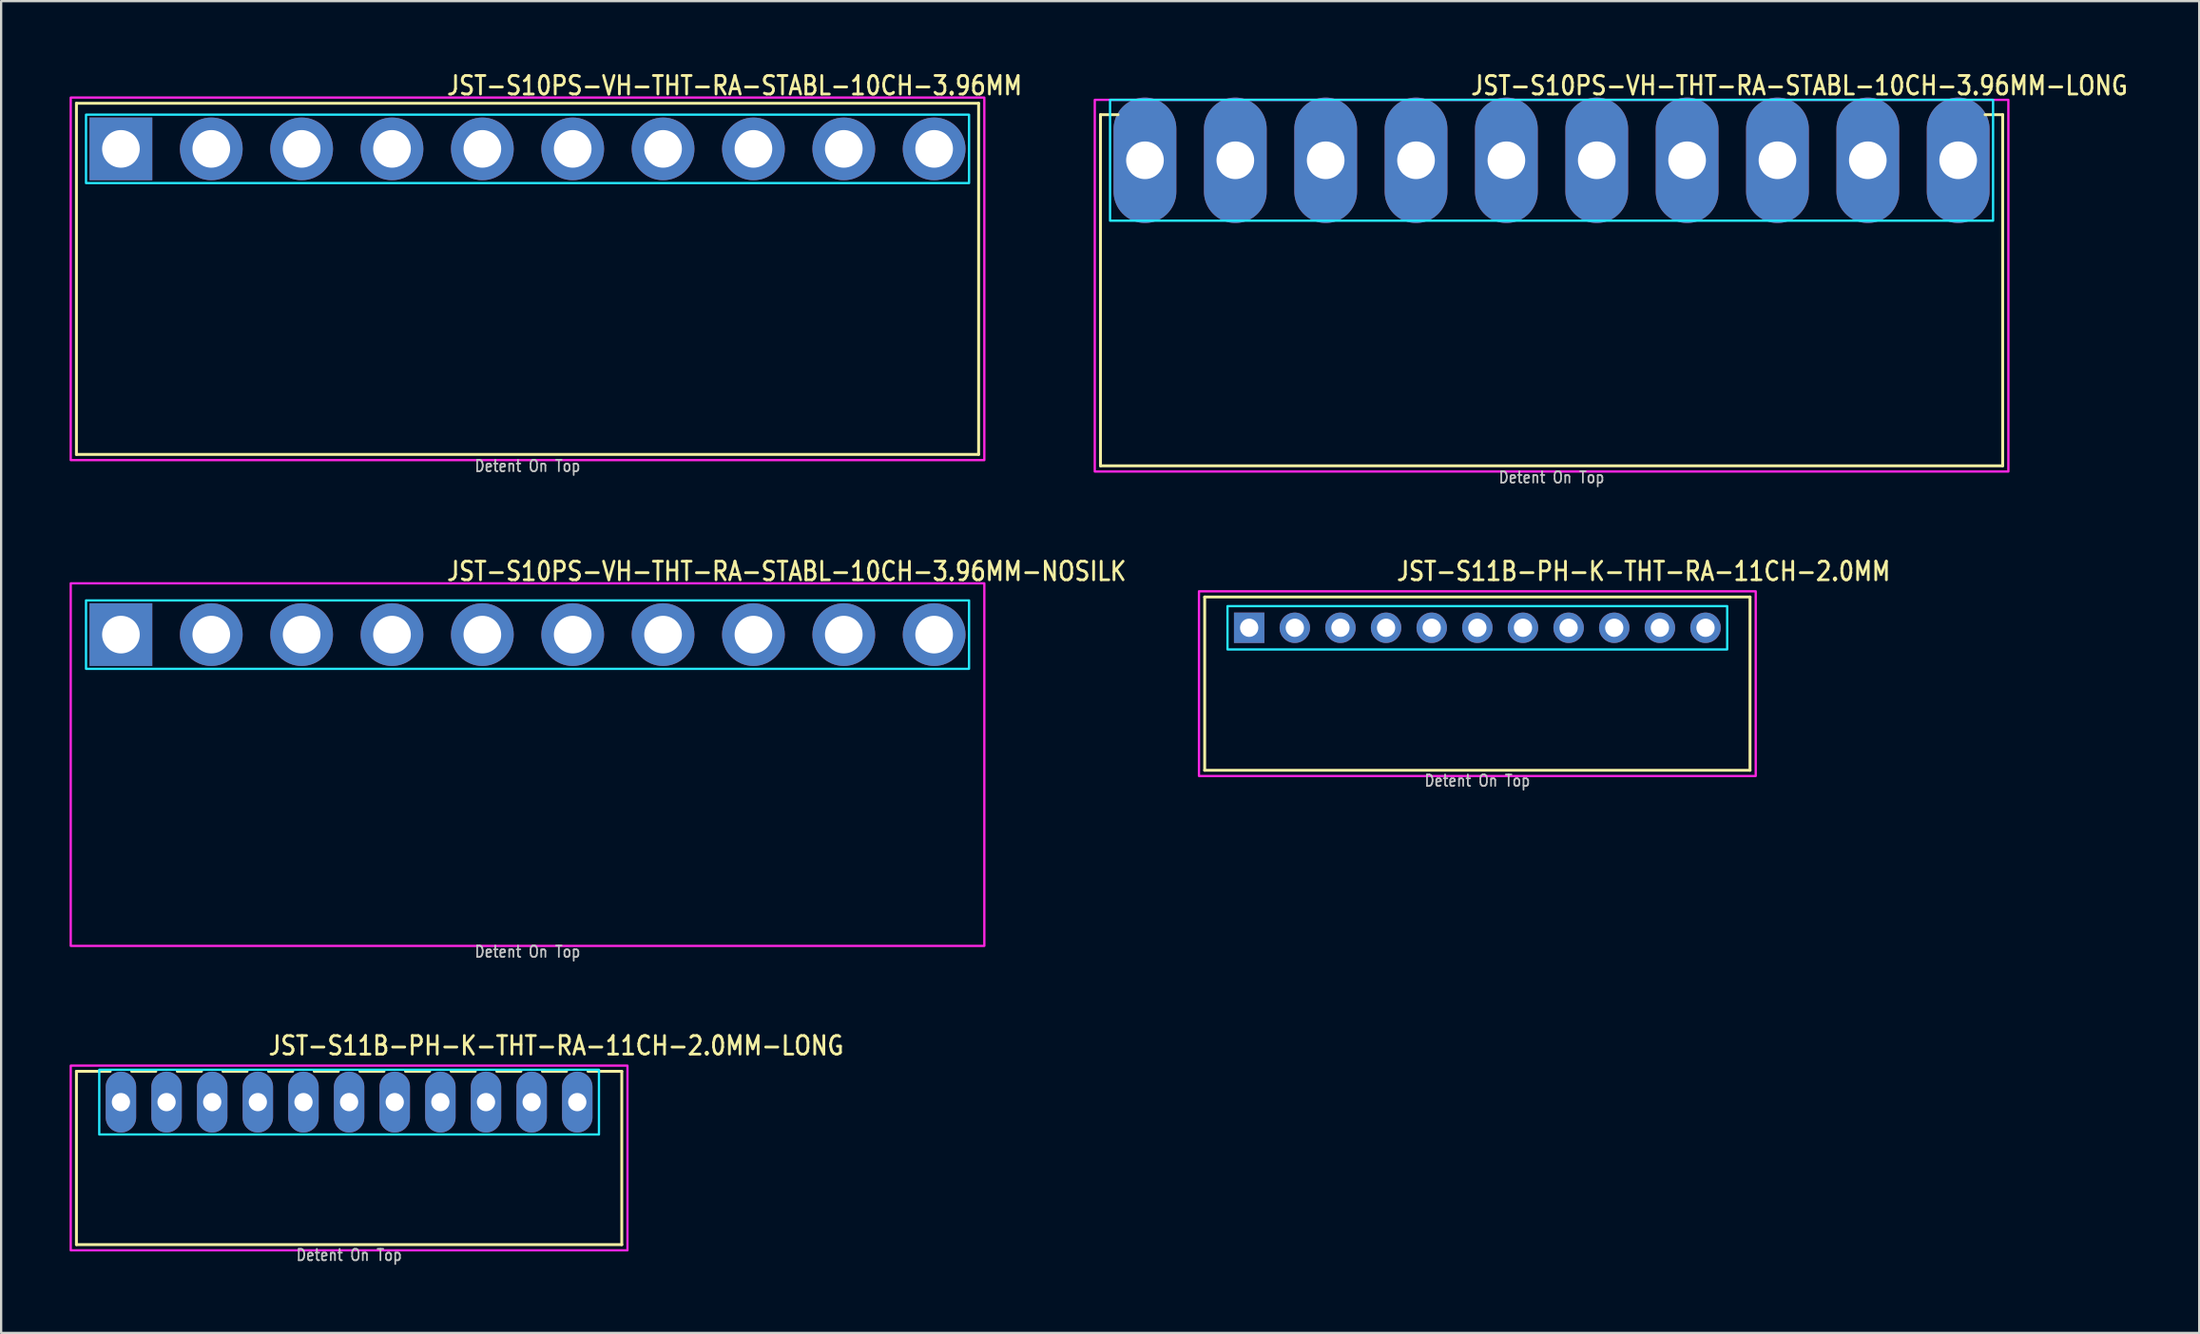
<source format=kicad_pcb>
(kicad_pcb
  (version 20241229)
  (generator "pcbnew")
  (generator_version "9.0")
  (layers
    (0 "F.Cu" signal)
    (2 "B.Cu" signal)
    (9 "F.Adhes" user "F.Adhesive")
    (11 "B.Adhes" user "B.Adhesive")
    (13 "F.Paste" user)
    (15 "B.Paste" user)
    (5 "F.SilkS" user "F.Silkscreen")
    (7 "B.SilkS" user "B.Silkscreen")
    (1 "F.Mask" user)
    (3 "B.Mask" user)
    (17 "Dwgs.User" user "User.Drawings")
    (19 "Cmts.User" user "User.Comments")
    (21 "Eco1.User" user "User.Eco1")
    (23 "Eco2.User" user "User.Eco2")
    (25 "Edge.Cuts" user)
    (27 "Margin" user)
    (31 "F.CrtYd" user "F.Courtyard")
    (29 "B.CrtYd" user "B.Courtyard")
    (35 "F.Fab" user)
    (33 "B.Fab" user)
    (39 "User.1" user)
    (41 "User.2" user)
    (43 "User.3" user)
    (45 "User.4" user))
  (footprint "JST-S11B-PH-K-THT-RA-11CH-2.0MM-LONG"
    (layer "F.Cu")
    (at 12.25 45.282)
    (property "Reference" "JST-S11B-PH-K-THT-RA-11CH-2.0MM-LONG" (at -3.6 -2 0) (unlocked yes) (layer "F.SilkS") (effects (font (size 0.813 0.695) (thickness 0.122)) (justify left bottom)))
    (fp_line (start -11.95 -1.35) (end -10.471 -1.35) (stroke (width 0.127) (type solid)) (layer "F.SilkS"))
    (fp_line (start -11.95 6.25) (end -11.95 -1.35) (stroke (width 0.127) (type solid)) (layer "F.SilkS"))
    (fp_line (start -11.95 6.25) (end 11.95 6.25) (stroke (width 0.127) (type solid)) (layer "F.SilkS"))
    (fp_line (start -9.529 -1.35) (end -8.471 -1.35) (stroke (width 0.127) (type solid)) (layer "F.SilkS"))
    (fp_line (start -7.529 -1.35) (end -6.471 -1.35) (stroke (width 0.127) (type solid)) (layer "F.SilkS"))
    (fp_line (start -5.529 -1.35) (end -4.471 -1.35) (stroke (width 0.127) (type solid)) (layer "F.SilkS"))
    (fp_line (start -3.529 -1.35) (end -2.471 -1.35) (stroke (width 0.127) (type solid)) (layer "F.SilkS"))
    (fp_line (start -1.529 -1.35) (end -0.471 -1.35) (stroke (width 0.127) (type solid)) (layer "F.SilkS"))
    (fp_line (start 0.471 -1.35) (end 1.529 -1.35) (stroke (width 0.127) (type solid)) (layer "F.SilkS"))
    (fp_line (start 2.471 -1.35) (end 3.529 -1.35) (stroke (width 0.127) (type solid)) (layer "F.SilkS"))
    (fp_line (start 4.471 -1.35) (end 5.529 -1.35) (stroke (width 0.127) (type solid)) (layer "F.SilkS"))
    (fp_line (start 6.471 -1.35) (end 7.529 -1.35) (stroke (width 0.127) (type solid)) (layer "F.SilkS"))
    (fp_line (start 8.471 -1.35) (end 9.529 -1.35) (stroke (width 0.127) (type solid)) (layer "F.SilkS"))
    (fp_line (start 10.471 -1.35) (end 11.95 -1.35) (stroke (width 0.127) (type solid)) (layer "F.SilkS"))
    (fp_line (start 11.95 -1.35) (end 11.95 6.25) (stroke (width 0.127) (type solid)) (layer "F.SilkS"))
    (fp_poly (pts (xy -10.95 -1.42) (xy -10.95 1.42) (xy 10.95 1.42) (xy 10.95 -1.42)) (stroke (width 0.1) (type solid)) (fill no) (layer "B.CrtYd"))
    (fp_poly (pts (xy -12.2 -1.6) (xy -12.2 6.5) (xy 12.2 6.5) (xy 12.2 -1.6)) (stroke (width 0.1) (type solid)) (fill no) (layer "F.CrtYd"))
    (fp_text user "Detent On Top" (at 0 7 0) (unlocked yes) (layer "Dwgs.User") (effects (font (size 0.5 0.427) (thickness 0.075)) (justify bottom)))
    (pad "1" thru_hole oval (at -10 0 90) (size 2.667 1.333) (drill 0.8) (layers "*.Cu" "*.Mask"))
    (pad "2" thru_hole oval (at -8 0 90) (size 2.667 1.333) (drill 0.8) (layers "*.Cu" "*.Mask"))
    (pad "3" thru_hole oval (at -6 0 90) (size 2.667 1.333) (drill 0.8) (layers "*.Cu" "*.Mask"))
    (pad "4" thru_hole oval (at -4 0 90) (size 2.667 1.333) (drill 0.8) (layers "*.Cu" "*.Mask"))
    (pad "5" thru_hole oval (at -2 0 90) (size 2.667 1.333) (drill 0.8) (layers "*.Cu" "*.Mask"))
    (pad "6" thru_hole oval (at 0 0 90) (size 2.667 1.333) (drill 0.8) (layers "*.Cu" "*.Mask"))
    (pad "7" thru_hole oval (at 2 0 90) (size 2.667 1.333) (drill 0.8) (layers "*.Cu" "*.Mask"))
    (pad "8" thru_hole oval (at 4 0 90) (size 2.667 1.333) (drill 0.8) (layers "*.Cu" "*.Mask"))
    (pad "9" thru_hole oval (at 6 0 90) (size 2.667 1.333) (drill 0.8) (layers "*.Cu" "*.Mask"))
    (pad "10" thru_hole oval (at 8 0 90) (size 2.667 1.333) (drill 0.8) (layers "*.Cu" "*.Mask"))
    (pad "11" thru_hole oval (at 10 0 90) (size 2.667 1.333) (drill 0.8) (layers "*.Cu" "*.Mask")))
  (footprint "JST-S11B-PH-K-THT-RA-11CH-2.0MM"
    (layer "F.Cu")
    (at 61.697 24.48)
    (property "Reference" "JST-S11B-PH-K-THT-RA-11CH-2.0MM" (at -3.6 -2 0) (unlocked yes) (layer "F.SilkS") (effects (font (size 0.813 0.695) (thickness 0.122)) (justify left bottom)))
    (fp_line (start -11.95 -1.35) (end 11.95 -1.35) (stroke (width 0.127) (type solid)) (layer "F.SilkS"))
    (fp_line (start -11.95 6.25) (end -11.95 -1.35) (stroke (width 0.127) (type solid)) (layer "F.SilkS"))
    (fp_line (start -11.95 6.25) (end 11.95 6.25) (stroke (width 0.127) (type solid)) (layer "F.SilkS"))
    (fp_line (start 11.95 -1.35) (end 11.95 6.25) (stroke (width 0.127) (type solid)) (layer "F.SilkS"))
    (fp_poly (pts (xy -10.95 -0.95) (xy -10.95 0.95) (xy 10.95 0.95) (xy 10.95 -0.95)) (stroke (width 0.1) (type solid)) (fill no) (layer "B.CrtYd"))
    (fp_poly (pts (xy -12.2 -1.6) (xy -12.2 6.5) (xy 12.2 6.5) (xy 12.2 -1.6)) (stroke (width 0.1) (type solid)) (fill no) (layer "F.CrtYd"))
    (fp_text user "Detent On Top" (at 0 7 0) (unlocked yes) (layer "Dwgs.User") (effects (font (size 0.5 0.427) (thickness 0.075)) (justify bottom)))
    (pad "1" thru_hole rect (at -10 0) (size 1.333 1.333) (drill 0.8) (layers "*.Cu" "*.Mask"))
    (pad "2" thru_hole oval (at -8 0) (size 1.333 1.333) (drill 0.8) (layers "*.Cu" "*.Mask"))
    (pad "3" thru_hole oval (at -6 0) (size 1.333 1.333) (drill 0.8) (layers "*.Cu" "*.Mask"))
    (pad "4" thru_hole oval (at -4 0) (size 1.333 1.333) (drill 0.8) (layers "*.Cu" "*.Mask"))
    (pad "5" thru_hole oval (at -2 0) (size 1.333 1.333) (drill 0.8) (layers "*.Cu" "*.Mask"))
    (pad "6" thru_hole oval (at 0 0) (size 1.333 1.333) (drill 0.8) (layers "*.Cu" "*.Mask"))
    (pad "7" thru_hole oval (at 2 0) (size 1.333 1.333) (drill 0.8) (layers "*.Cu" "*.Mask"))
    (pad "8" thru_hole oval (at 4 0) (size 1.333 1.333) (drill 0.8) (layers "*.Cu" "*.Mask"))
    (pad "9" thru_hole oval (at 6 0) (size 1.333 1.333) (drill 0.8) (layers "*.Cu" "*.Mask"))
    (pad "10" thru_hole oval (at 8 0) (size 1.333 1.333) (drill 0.8) (layers "*.Cu" "*.Mask"))
    (pad "11" thru_hole oval (at 10 0) (size 1.333 1.333) (drill 0.8) (layers "*.Cu" "*.Mask")))
  (footprint "JST-S10PS-VH-THT-RA-STABL-10CH-3.96MM-NOSILK"
    (layer "F.Cu")
    (at 20.07 24.78)
    (property "Reference" "JST-S10PS-VH-THT-RA-STABL-10CH-3.96MM-NOSILK" (at -3.6 -2.3 0) (unlocked yes) (layer "F.SilkS") (effects (font (size 0.813 0.695) (thickness 0.122)) (justify left bottom)))
    (fp_poly (pts (xy -19.35 -1.5) (xy -19.35 1.5) (xy 19.35 1.5) (xy 19.35 -1.5)) (stroke (width 0.1) (type solid)) (fill no) (layer "B.CrtYd"))
    (fp_poly (pts (xy -20.02 13.65) (xy 20.02 13.65) (xy 20.02 -2.25) (xy -20.02 -2.25)) (stroke (width 0.1) (type solid)) (fill no) (layer "F.CrtYd"))
    (fp_text user "Detent On Top" (at 0 14.2 0) (unlocked yes) (layer "Dwgs.User") (effects (font (size 0.5 0.427) (thickness 0.075)) (justify bottom)))
    (pad "1" thru_hole rect (at -17.82 0) (size 2.75 2.75) (drill 1.65) (layers "*.Cu" "*.Mask"))
    (pad "2" thru_hole oval (at -13.86 0) (size 2.75 2.75) (drill 1.65) (layers "*.Cu" "*.Mask"))
    (pad "3" thru_hole oval (at -9.9 0) (size 2.75 2.75) (drill 1.65) (layers "*.Cu" "*.Mask"))
    (pad "4" thru_hole oval (at -5.94 0) (size 2.75 2.75) (drill 1.65) (layers "*.Cu" "*.Mask"))
    (pad "5" thru_hole oval (at -1.98 0) (size 2.75 2.75) (drill 1.65) (layers "*.Cu" "*.Mask"))
    (pad "6" thru_hole oval (at 1.98 0) (size 2.75 2.75) (drill 1.65) (layers "*.Cu" "*.Mask"))
    (pad "7" thru_hole oval (at 5.94 0) (size 2.75 2.75) (drill 1.65) (layers "*.Cu" "*.Mask"))
    (pad "8" thru_hole oval (at 9.9 0) (size 2.75 2.75) (drill 1.65) (layers "*.Cu" "*.Mask"))
    (pad "9" thru_hole oval (at 13.86 0) (size 2.75 2.75) (drill 1.65) (layers "*.Cu" "*.Mask"))
    (pad "10" thru_hole oval (at 17.82 0) (size 2.75 2.75) (drill 1.65) (layers "*.Cu" "*.Mask")))
  (footprint "JST-S10PS-VH-THT-RA-STABL-10CH-3.96MM-LONG"
    (layer "F.Cu")
    (at 64.95 3.979)
    (property "Reference" "JST-S10PS-VH-THT-RA-STABL-10CH-3.96MM-LONG" (at -3.6 -2.8 0) (unlocked yes) (layer "F.SilkS") (effects (font (size 0.813 0.695) (thickness 0.122)) (justify left bottom)))
    (fp_line (start -19.77 -2) (end -19 -2) (stroke (width 0.127) (type solid)) (layer "F.SilkS"))
    (fp_line (start -19.77 13.4) (end -19.77 -2) (stroke (width 0.127) (type solid)) (layer "F.SilkS"))
    (fp_line (start -19.77 13.4) (end 19.77 13.4) (stroke (width 0.127) (type solid)) (layer "F.SilkS"))
    (fp_line (start 19.77 -2) (end 19 -2) (stroke (width 0.127) (type solid)) (layer "F.SilkS"))
    (fp_line (start 19.77 -2) (end 19.77 13.4) (stroke (width 0.127) (type solid)) (layer "F.SilkS"))
    (fp_poly (pts (xy -19.35 -2.65) (xy -19.35 2.65) (xy 19.35 2.65) (xy 19.35 -2.65)) (stroke (width 0.1) (type solid)) (fill no) (layer "B.CrtYd"))
    (fp_poly (pts (xy -20.02 -2.65) (xy -20.02 13.65) (xy 20.02 13.65) (xy 20.02 -2.65)) (stroke (width 0.1) (type solid)) (fill no) (layer "F.CrtYd"))
    (fp_text user "Detent On Top" (at 0 14.2 0) (unlocked yes) (layer "Dwgs.User") (effects (font (size 0.5 0.427) (thickness 0.075)) (justify bottom)))
    (pad "P$1" thru_hole oval (at -17.82 0 90) (size 5.5 2.75) (drill 1.65) (layers "*.Cu" "*.Mask"))
    (pad "P$2" thru_hole oval (at -13.86 0 90) (size 5.5 2.75) (drill 1.65) (layers "*.Cu" "*.Mask"))
    (pad "P$3" thru_hole oval (at -9.9 0 90) (size 5.5 2.75) (drill 1.65) (layers "*.Cu" "*.Mask"))
    (pad "P$4" thru_hole oval (at -5.94 0 90) (size 5.5 2.75) (drill 1.65) (layers "*.Cu" "*.Mask"))
    (pad "P$5" thru_hole oval (at -1.98 0 90) (size 5.5 2.75) (drill 1.65) (layers "*.Cu" "*.Mask"))
    (pad "P$6" thru_hole oval (at 1.98 0 90) (size 5.5 2.75) (drill 1.65) (layers "*.Cu" "*.Mask"))
    (pad "P$7" thru_hole oval (at 5.94 0 90) (size 5.5 2.75) (drill 1.65) (layers "*.Cu" "*.Mask"))
    (pad "P$8" thru_hole oval (at 9.9 0 90) (size 5.5 2.75) (drill 1.65) (layers "*.Cu" "*.Mask"))
    (pad "P$9" thru_hole oval (at 13.86 0 90) (size 5.5 2.75) (drill 1.65) (layers "*.Cu" "*.Mask"))
    (pad "P$10" thru_hole oval (at 17.82 0 90) (size 5.5 2.75) (drill 1.65) (layers "*.Cu" "*.Mask")))
  (footprint "JST-S10PS-VH-THT-RA-STABL-10CH-3.96MM"
    (layer "F.Cu")
    (at 20.07 3.479)
    (property "Reference" "JST-S10PS-VH-THT-RA-STABL-10CH-3.96MM" (at -3.6 -2.3 0) (unlocked yes) (layer "F.SilkS") (effects (font (size 0.813 0.695) (thickness 0.122)) (justify left bottom)))
    (fp_line (start -19.77 -2) (end 19.77 -2) (stroke (width 0.127) (type solid)) (layer "F.SilkS"))
    (fp_line (start -19.77 13.4) (end -19.77 -2) (stroke (width 0.127) (type solid)) (layer "F.SilkS"))
    (fp_line (start -19.77 13.4) (end 19.77 13.4) (stroke (width 0.127) (type solid)) (layer "F.SilkS"))
    (fp_line (start 19.77 -2) (end 19.77 13.4) (stroke (width 0.127) (type solid)) (layer "F.SilkS"))
    (fp_poly (pts (xy -19.35 -1.5) (xy -19.35 1.5) (xy 19.35 1.5) (xy 19.35 -1.5)) (stroke (width 0.1) (type solid)) (fill no) (layer "B.CrtYd"))
    (fp_poly (pts (xy -20.02 13.65) (xy 20.02 13.65) (xy 20.02 -2.25) (xy -20.02 -2.25)) (stroke (width 0.1) (type solid)) (fill no) (layer "F.CrtYd"))
    (fp_text user "Detent On Top" (at 0 14.2 0) (unlocked yes) (layer "Dwgs.User") (effects (font (size 0.5 0.427) (thickness 0.075)) (justify bottom)))
    (pad "1" thru_hole rect (at -17.82 0) (size 2.75 2.75) (drill 1.65) (layers "*.Cu" "*.Mask"))
    (pad "2" thru_hole oval (at -13.86 0) (size 2.75 2.75) (drill 1.65) (layers "*.Cu" "*.Mask"))
    (pad "3" thru_hole oval (at -9.9 0) (size 2.75 2.75) (drill 1.65) (layers "*.Cu" "*.Mask"))
    (pad "4" thru_hole oval (at -5.94 0) (size 2.75 2.75) (drill 1.65) (layers "*.Cu" "*.Mask"))
    (pad "5" thru_hole oval (at -1.98 0) (size 2.75 2.75) (drill 1.65) (layers "*.Cu" "*.Mask"))
    (pad "6" thru_hole oval (at 1.98 0) (size 2.75 2.75) (drill 1.65) (layers "*.Cu" "*.Mask"))
    (pad "7" thru_hole oval (at 5.94 0) (size 2.75 2.75) (drill 1.65) (layers "*.Cu" "*.Mask"))
    (pad "8" thru_hole oval (at 9.9 0) (size 2.75 2.75) (drill 1.65) (layers "*.Cu" "*.Mask"))
    (pad "9" thru_hole oval (at 13.86 0) (size 2.75 2.75) (drill 1.65) (layers "*.Cu" "*.Mask"))
    (pad "10" thru_hole oval (at 17.82 0) (size 2.75 2.75) (drill 1.65) (layers "*.Cu" "*.Mask")))
  (gr_rect
    (start -3 -3)
    (end 93.334 55.405)
    (stroke (width 0.1) (type default))
    (fill no)
    (layer "Edge.Cuts")))
</source>
